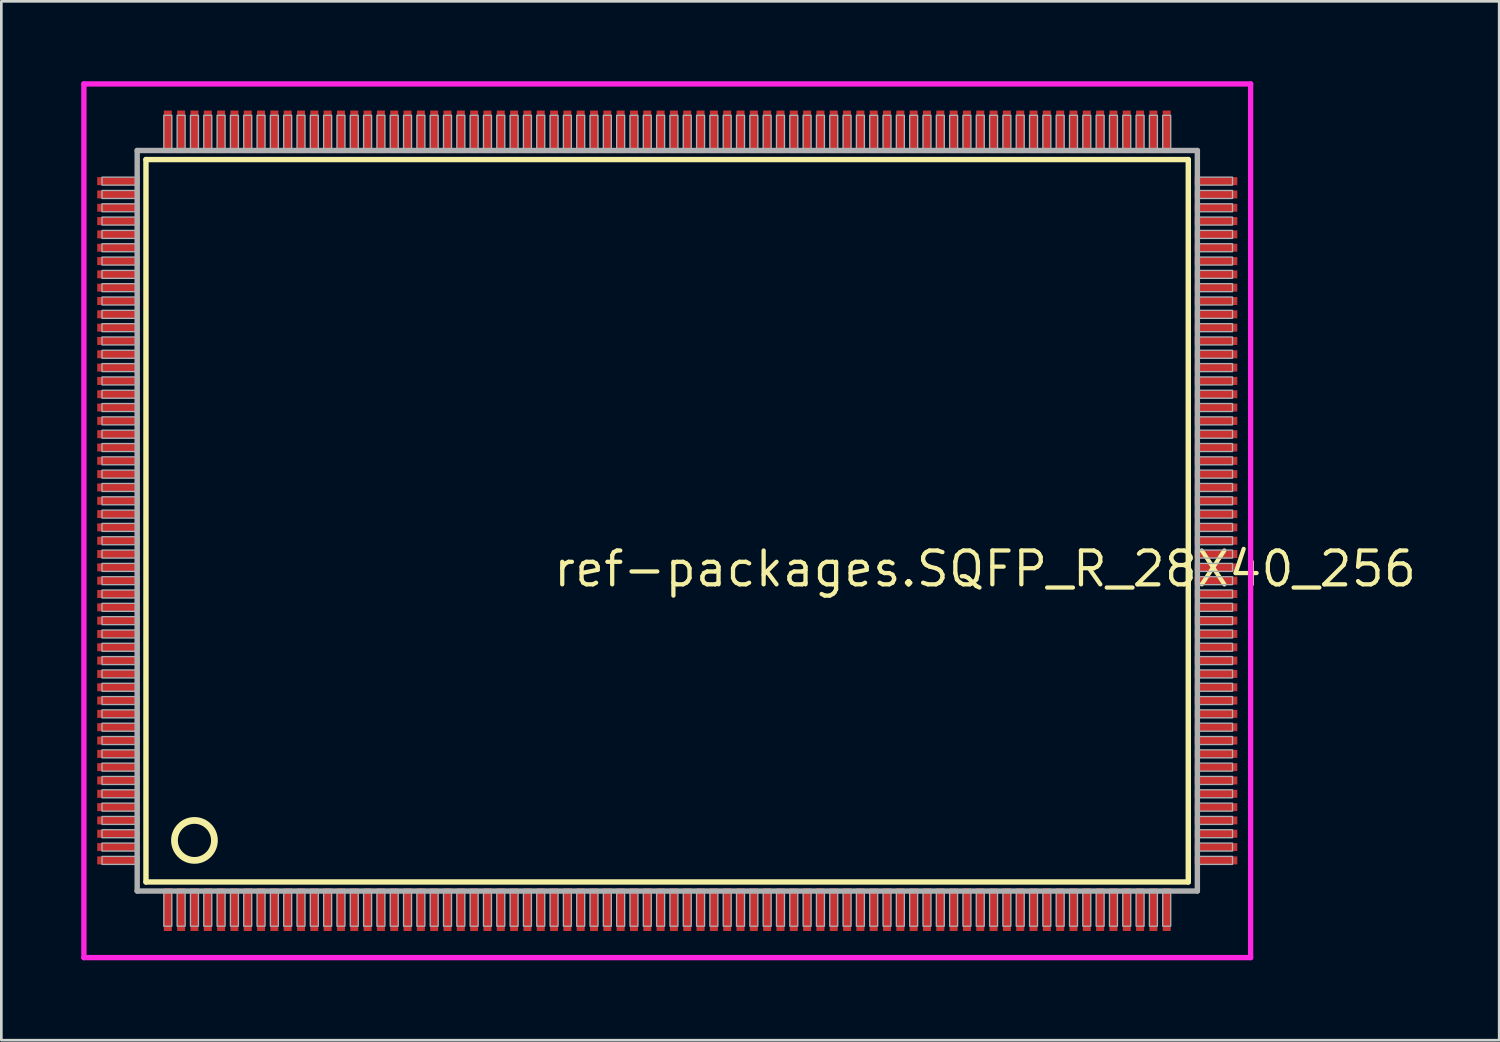
<source format=kicad_pcb>
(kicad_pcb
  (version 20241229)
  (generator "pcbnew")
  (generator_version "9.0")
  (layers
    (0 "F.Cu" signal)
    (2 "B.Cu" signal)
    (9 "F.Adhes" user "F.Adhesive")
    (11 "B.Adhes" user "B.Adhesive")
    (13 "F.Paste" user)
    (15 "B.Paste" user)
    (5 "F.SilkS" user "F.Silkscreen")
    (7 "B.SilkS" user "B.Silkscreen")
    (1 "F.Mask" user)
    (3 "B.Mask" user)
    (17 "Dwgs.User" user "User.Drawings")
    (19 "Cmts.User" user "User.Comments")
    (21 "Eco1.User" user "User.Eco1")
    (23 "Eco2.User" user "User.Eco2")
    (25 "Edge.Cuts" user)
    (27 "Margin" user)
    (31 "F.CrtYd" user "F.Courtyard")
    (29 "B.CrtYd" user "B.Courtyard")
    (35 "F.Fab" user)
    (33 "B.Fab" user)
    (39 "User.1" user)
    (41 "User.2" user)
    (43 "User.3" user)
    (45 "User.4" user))
  (footprint "ref-packages.SQFP_R_28X40_256"
    (layer "F.Cu")
    (at 22 16.5)
    (property "Reference" "ref-packages.SQFP_R_28X40_256" (at -4.35 2.55 0) (layer "F.SilkS") (effects (font (size 1.27 1.27) (thickness 0.16)) (justify left bottom)))
    (attr smd)
    (fp_line (start -19.57 -13.56) (end 19.56 -13.56) (stroke (width 0.203) (type default)) (layer "F.SilkS"))
    (fp_line (start -19.57 13.56) (end -19.57 -13.56) (stroke (width 0.203) (type default)) (layer "F.SilkS"))
    (fp_line (start 19.56 -13.56) (end 19.56 13.56) (stroke (width 0.203) (type default)) (layer "F.SilkS"))
    (fp_line (start 19.56 13.56) (end -19.57 13.56) (stroke (width 0.203) (type default)) (layer "F.SilkS"))
    (fp_circle (center -17.75 12) (end -17 12) (stroke (width 0.254) (type default)) (fill no) (layer "F.SilkS"))
    (fp_line (start -21.9 -16.4) (end 21.9 -16.4) (stroke (width 0.2) (type default)) (layer "F.CrtYd"))
    (fp_line (start -21.9 16.4) (end -21.9 -16.4) (stroke (width 0.2) (type default)) (layer "F.CrtYd"))
    (fp_line (start 21.9 -16.4) (end 21.9 16.4) (stroke (width 0.2) (type default)) (layer "F.CrtYd"))
    (fp_line (start 21.9 16.4) (end -21.9 16.4) (stroke (width 0.2) (type default)) (layer "F.CrtYd"))
    (fp_line (start -19.9 -13.9) (end -19.9 13.9) (stroke (width 0.203) (type default)) (layer "F.Fab"))
    (fp_line (start -19.9 13.9) (end 19.9 13.9) (stroke (width 0.203) (type default)) (layer "F.Fab"))
    (fp_line (start 19.9 -13.9) (end -19.9 -13.9) (stroke (width 0.203) (type default)) (layer "F.Fab"))
    (fp_line (start 19.9 13.9) (end 19.9 -13.9) (stroke (width 0.203) (type default)) (layer "F.Fab"))
    (fp_rect (start -21.22 -12.6) (end -19.95 -12.9) (stroke (width 0.05) (type default)) (fill no) (layer "F.Fab"))
    (fp_rect (start -21.22 -12.1) (end -19.95 -12.4) (stroke (width 0.05) (type default)) (fill no) (layer "F.Fab"))
    (fp_rect (start -21.22 -11.6) (end -19.95 -11.9) (stroke (width 0.05) (type default)) (fill no) (layer "F.Fab"))
    (fp_rect (start -21.22 -11.1) (end -19.95 -11.4) (stroke (width 0.05) (type default)) (fill no) (layer "F.Fab"))
    (fp_rect (start -21.22 -10.6) (end -19.95 -10.9) (stroke (width 0.05) (type default)) (fill no) (layer "F.Fab"))
    (fp_rect (start -21.22 -10.1) (end -19.95 -10.4) (stroke (width 0.05) (type default)) (fill no) (layer "F.Fab"))
    (fp_rect (start -21.22 -9.6) (end -19.95 -9.9) (stroke (width 0.05) (type default)) (fill no) (layer "F.Fab"))
    (fp_rect (start -21.22 -9.1) (end -19.95 -9.4) (stroke (width 0.05) (type default)) (fill no) (layer "F.Fab"))
    (fp_rect (start -21.22 -8.6) (end -19.95 -8.9) (stroke (width 0.05) (type default)) (fill no) (layer "F.Fab"))
    (fp_rect (start -21.22 -8.1) (end -19.95 -8.4) (stroke (width 0.05) (type default)) (fill no) (layer "F.Fab"))
    (fp_rect (start -21.22 -7.6) (end -19.95 -7.9) (stroke (width 0.05) (type default)) (fill no) (layer "F.Fab"))
    (fp_rect (start -21.22 -7.1) (end -19.95 -7.4) (stroke (width 0.05) (type default)) (fill no) (layer "F.Fab"))
    (fp_rect (start -21.22 -6.6) (end -19.95 -6.9) (stroke (width 0.05) (type default)) (fill no) (layer "F.Fab"))
    (fp_rect (start -21.22 -6.1) (end -19.95 -6.4) (stroke (width 0.05) (type default)) (fill no) (layer "F.Fab"))
    (fp_rect (start -21.22 -5.6) (end -19.95 -5.9) (stroke (width 0.05) (type default)) (fill no) (layer "F.Fab"))
    (fp_rect (start -21.22 -5.1) (end -19.95 -5.4) (stroke (width 0.05) (type default)) (fill no) (layer "F.Fab"))
    (fp_rect (start -21.22 -4.6) (end -19.95 -4.9) (stroke (width 0.05) (type default)) (fill no) (layer "F.Fab"))
    (fp_rect (start -21.22 -4.1) (end -19.95 -4.4) (stroke (width 0.05) (type default)) (fill no) (layer "F.Fab"))
    (fp_rect (start -21.22 -3.6) (end -19.95 -3.9) (stroke (width 0.05) (type default)) (fill no) (layer "F.Fab"))
    (fp_rect (start -21.22 -3.1) (end -19.95 -3.4) (stroke (width 0.05) (type default)) (fill no) (layer "F.Fab"))
    (fp_rect (start -21.22 -2.6) (end -19.95 -2.9) (stroke (width 0.05) (type default)) (fill no) (layer "F.Fab"))
    (fp_rect (start -21.22 -2.1) (end -19.95 -2.4) (stroke (width 0.05) (type default)) (fill no) (layer "F.Fab"))
    (fp_rect (start -21.22 -1.6) (end -19.95 -1.9) (stroke (width 0.05) (type default)) (fill no) (layer "F.Fab"))
    (fp_rect (start -21.22 -1.1) (end -19.95 -1.4) (stroke (width 0.05) (type default)) (fill no) (layer "F.Fab"))
    (fp_rect (start -21.22 -0.6) (end -19.95 -0.9) (stroke (width 0.05) (type default)) (fill no) (layer "F.Fab"))
    (fp_rect (start -21.22 -0.1) (end -19.95 -0.4) (stroke (width 0.05) (type default)) (fill no) (layer "F.Fab"))
    (fp_rect (start -21.22 0.4) (end -19.95 0.1) (stroke (width 0.05) (type default)) (fill no) (layer "F.Fab"))
    (fp_rect (start -21.22 0.9) (end -19.95 0.6) (stroke (width 0.05) (type default)) (fill no) (layer "F.Fab"))
    (fp_rect (start -21.22 1.4) (end -19.95 1.1) (stroke (width 0.05) (type default)) (fill no) (layer "F.Fab"))
    (fp_rect (start -21.22 1.9) (end -19.95 1.6) (stroke (width 0.05) (type default)) (fill no) (layer "F.Fab"))
    (fp_rect (start -21.22 2.4) (end -19.95 2.1) (stroke (width 0.05) (type default)) (fill no) (layer "F.Fab"))
    (fp_rect (start -21.22 2.9) (end -19.95 2.6) (stroke (width 0.05) (type default)) (fill no) (layer "F.Fab"))
    (fp_rect (start -21.22 3.4) (end -19.95 3.1) (stroke (width 0.05) (type default)) (fill no) (layer "F.Fab"))
    (fp_rect (start -21.22 3.9) (end -19.95 3.6) (stroke (width 0.05) (type default)) (fill no) (layer "F.Fab"))
    (fp_rect (start -21.22 4.4) (end -19.95 4.1) (stroke (width 0.05) (type default)) (fill no) (layer "F.Fab"))
    (fp_rect (start -21.22 4.9) (end -19.95 4.6) (stroke (width 0.05) (type default)) (fill no) (layer "F.Fab"))
    (fp_rect (start -21.22 5.4) (end -19.95 5.1) (stroke (width 0.05) (type default)) (fill no) (layer "F.Fab"))
    (fp_rect (start -21.22 5.9) (end -19.95 5.6) (stroke (width 0.05) (type default)) (fill no) (layer "F.Fab"))
    (fp_rect (start -21.22 6.4) (end -19.95 6.1) (stroke (width 0.05) (type default)) (fill no) (layer "F.Fab"))
    (fp_rect (start -21.22 6.9) (end -19.95 6.6) (stroke (width 0.05) (type default)) (fill no) (layer "F.Fab"))
    (fp_rect (start -21.22 7.4) (end -19.95 7.1) (stroke (width 0.05) (type default)) (fill no) (layer "F.Fab"))
    (fp_rect (start -21.22 7.9) (end -19.95 7.6) (stroke (width 0.05) (type default)) (fill no) (layer "F.Fab"))
    (fp_rect (start -21.22 8.4) (end -19.95 8.1) (stroke (width 0.05) (type default)) (fill no) (layer "F.Fab"))
    (fp_rect (start -21.22 8.9) (end -19.95 8.6) (stroke (width 0.05) (type default)) (fill no) (layer "F.Fab"))
    (fp_rect (start -21.22 9.4) (end -19.95 9.1) (stroke (width 0.05) (type default)) (fill no) (layer "F.Fab"))
    (fp_rect (start -21.22 9.9) (end -19.95 9.6) (stroke (width 0.05) (type default)) (fill no) (layer "F.Fab"))
    (fp_rect (start -21.22 10.4) (end -19.95 10.1) (stroke (width 0.05) (type default)) (fill no) (layer "F.Fab"))
    (fp_rect (start -21.22 10.9) (end -19.95 10.6) (stroke (width 0.05) (type default)) (fill no) (layer "F.Fab"))
    (fp_rect (start -21.22 11.4) (end -19.95 11.1) (stroke (width 0.05) (type default)) (fill no) (layer "F.Fab"))
    (fp_rect (start -21.22 11.9) (end -19.95 11.6) (stroke (width 0.05) (type default)) (fill no) (layer "F.Fab"))
    (fp_rect (start -21.22 12.4) (end -19.95 12.1) (stroke (width 0.05) (type default)) (fill no) (layer "F.Fab"))
    (fp_rect (start -21.22 12.9) (end -19.95 12.6) (stroke (width 0.05) (type default)) (fill no) (layer "F.Fab"))
    (fp_rect (start -18.9 -13.95) (end -18.6 -15.22) (stroke (width 0.05) (type default)) (fill no) (layer "F.Fab"))
    (fp_rect (start -18.9 15.22) (end -18.6 13.95) (stroke (width 0.05) (type default)) (fill no) (layer "F.Fab"))
    (fp_rect (start -18.4 -13.95) (end -18.1 -15.22) (stroke (width 0.05) (type default)) (fill no) (layer "F.Fab"))
    (fp_rect (start -18.4 15.22) (end -18.1 13.95) (stroke (width 0.05) (type default)) (fill no) (layer "F.Fab"))
    (fp_rect (start -17.9 -13.95) (end -17.6 -15.22) (stroke (width 0.05) (type default)) (fill no) (layer "F.Fab"))
    (fp_rect (start -17.9 15.22) (end -17.6 13.95) (stroke (width 0.05) (type default)) (fill no) (layer "F.Fab"))
    (fp_rect (start -17.4 -13.95) (end -17.1 -15.22) (stroke (width 0.05) (type default)) (fill no) (layer "F.Fab"))
    (fp_rect (start -17.4 15.22) (end -17.1 13.95) (stroke (width 0.05) (type default)) (fill no) (layer "F.Fab"))
    (fp_rect (start -16.9 -13.95) (end -16.6 -15.22) (stroke (width 0.05) (type default)) (fill no) (layer "F.Fab"))
    (fp_rect (start -16.9 15.22) (end -16.6 13.95) (stroke (width 0.05) (type default)) (fill no) (layer "F.Fab"))
    (fp_rect (start -16.4 -13.95) (end -16.1 -15.22) (stroke (width 0.05) (type default)) (fill no) (layer "F.Fab"))
    (fp_rect (start -16.4 15.22) (end -16.1 13.95) (stroke (width 0.05) (type default)) (fill no) (layer "F.Fab"))
    (fp_rect (start -15.9 -13.95) (end -15.6 -15.22) (stroke (width 0.05) (type default)) (fill no) (layer "F.Fab"))
    (fp_rect (start -15.9 15.22) (end -15.6 13.95) (stroke (width 0.05) (type default)) (fill no) (layer "F.Fab"))
    (fp_rect (start -15.4 -13.95) (end -15.1 -15.22) (stroke (width 0.05) (type default)) (fill no) (layer "F.Fab"))
    (fp_rect (start -15.4 15.22) (end -15.1 13.95) (stroke (width 0.05) (type default)) (fill no) (layer "F.Fab"))
    (fp_rect (start -14.9 -13.95) (end -14.6 -15.22) (stroke (width 0.05) (type default)) (fill no) (layer "F.Fab"))
    (fp_rect (start -14.9 15.22) (end -14.6 13.95) (stroke (width 0.05) (type default)) (fill no) (layer "F.Fab"))
    (fp_rect (start -14.4 -13.95) (end -14.1 -15.22) (stroke (width 0.05) (type default)) (fill no) (layer "F.Fab"))
    (fp_rect (start -14.4 15.22) (end -14.1 13.95) (stroke (width 0.05) (type default)) (fill no) (layer "F.Fab"))
    (fp_rect (start -13.9 -13.95) (end -13.6 -15.22) (stroke (width 0.05) (type default)) (fill no) (layer "F.Fab"))
    (fp_rect (start -13.9 15.22) (end -13.6 13.95) (stroke (width 0.05) (type default)) (fill no) (layer "F.Fab"))
    (fp_rect (start -13.4 -13.95) (end -13.1 -15.22) (stroke (width 0.05) (type default)) (fill no) (layer "F.Fab"))
    (fp_rect (start -13.4 15.22) (end -13.1 13.95) (stroke (width 0.05) (type default)) (fill no) (layer "F.Fab"))
    (fp_rect (start -12.9 -13.95) (end -12.6 -15.22) (stroke (width 0.05) (type default)) (fill no) (layer "F.Fab"))
    (fp_rect (start -12.9 15.22) (end -12.6 13.95) (stroke (width 0.05) (type default)) (fill no) (layer "F.Fab"))
    (fp_rect (start -12.4 -13.95) (end -12.1 -15.22) (stroke (width 0.05) (type default)) (fill no) (layer "F.Fab"))
    (fp_rect (start -12.4 15.22) (end -12.1 13.95) (stroke (width 0.05) (type default)) (fill no) (layer "F.Fab"))
    (fp_rect (start -11.9 -13.95) (end -11.6 -15.22) (stroke (width 0.05) (type default)) (fill no) (layer "F.Fab"))
    (fp_rect (start -11.9 15.22) (end -11.6 13.95) (stroke (width 0.05) (type default)) (fill no) (layer "F.Fab"))
    (fp_rect (start -11.4 -13.95) (end -11.1 -15.22) (stroke (width 0.05) (type default)) (fill no) (layer "F.Fab"))
    (fp_rect (start -11.4 15.22) (end -11.1 13.95) (stroke (width 0.05) (type default)) (fill no) (layer "F.Fab"))
    (fp_rect (start -10.9 -13.95) (end -10.6 -15.22) (stroke (width 0.05) (type default)) (fill no) (layer "F.Fab"))
    (fp_rect (start -10.9 15.22) (end -10.6 13.95) (stroke (width 0.05) (type default)) (fill no) (layer "F.Fab"))
    (fp_rect (start -10.4 -13.95) (end -10.1 -15.22) (stroke (width 0.05) (type default)) (fill no) (layer "F.Fab"))
    (fp_rect (start -10.4 15.22) (end -10.1 13.95) (stroke (width 0.05) (type default)) (fill no) (layer "F.Fab"))
    (fp_rect (start -9.9 -13.95) (end -9.6 -15.22) (stroke (width 0.05) (type default)) (fill no) (layer "F.Fab"))
    (fp_rect (start -9.9 15.22) (end -9.6 13.95) (stroke (width 0.05) (type default)) (fill no) (layer "F.Fab"))
    (fp_rect (start -9.4 -13.95) (end -9.1 -15.22) (stroke (width 0.05) (type default)) (fill no) (layer "F.Fab"))
    (fp_rect (start -9.4 15.22) (end -9.1 13.95) (stroke (width 0.05) (type default)) (fill no) (layer "F.Fab"))
    (fp_rect (start -8.9 -13.95) (end -8.6 -15.22) (stroke (width 0.05) (type default)) (fill no) (layer "F.Fab"))
    (fp_rect (start -8.9 15.22) (end -8.6 13.95) (stroke (width 0.05) (type default)) (fill no) (layer "F.Fab"))
    (fp_rect (start -8.4 -13.95) (end -8.1 -15.22) (stroke (width 0.05) (type default)) (fill no) (layer "F.Fab"))
    (fp_rect (start -8.4 15.22) (end -8.1 13.95) (stroke (width 0.05) (type default)) (fill no) (layer "F.Fab"))
    (fp_rect (start -7.9 -13.95) (end -7.6 -15.22) (stroke (width 0.05) (type default)) (fill no) (layer "F.Fab"))
    (fp_rect (start -7.9 15.22) (end -7.6 13.95) (stroke (width 0.05) (type default)) (fill no) (layer "F.Fab"))
    (fp_rect (start -7.4 -13.95) (end -7.1 -15.22) (stroke (width 0.05) (type default)) (fill no) (layer "F.Fab"))
    (fp_rect (start -7.4 15.22) (end -7.1 13.95) (stroke (width 0.05) (type default)) (fill no) (layer "F.Fab"))
    (fp_rect (start -6.9 -13.95) (end -6.6 -15.22) (stroke (width 0.05) (type default)) (fill no) (layer "F.Fab"))
    (fp_rect (start -6.9 15.22) (end -6.6 13.95) (stroke (width 0.05) (type default)) (fill no) (layer "F.Fab"))
    (fp_rect (start -6.4 -13.95) (end -6.1 -15.22) (stroke (width 0.05) (type default)) (fill no) (layer "F.Fab"))
    (fp_rect (start -6.4 15.22) (end -6.1 13.95) (stroke (width 0.05) (type default)) (fill no) (layer "F.Fab"))
    (fp_rect (start -5.9 -13.95) (end -5.6 -15.22) (stroke (width 0.05) (type default)) (fill no) (layer "F.Fab"))
    (fp_rect (start -5.9 15.22) (end -5.6 13.95) (stroke (width 0.05) (type default)) (fill no) (layer "F.Fab"))
    (fp_rect (start -5.4 -13.95) (end -5.1 -15.22) (stroke (width 0.05) (type default)) (fill no) (layer "F.Fab"))
    (fp_rect (start -5.4 15.22) (end -5.1 13.95) (stroke (width 0.05) (type default)) (fill no) (layer "F.Fab"))
    (fp_rect (start -4.9 -13.95) (end -4.6 -15.22) (stroke (width 0.05) (type default)) (fill no) (layer "F.Fab"))
    (fp_rect (start -4.9 15.22) (end -4.6 13.95) (stroke (width 0.05) (type default)) (fill no) (layer "F.Fab"))
    (fp_rect (start -4.4 -13.95) (end -4.1 -15.22) (stroke (width 0.05) (type default)) (fill no) (layer "F.Fab"))
    (fp_rect (start -4.4 15.22) (end -4.1 13.95) (stroke (width 0.05) (type default)) (fill no) (layer "F.Fab"))
    (fp_rect (start -3.9 -13.95) (end -3.6 -15.22) (stroke (width 0.05) (type default)) (fill no) (layer "F.Fab"))
    (fp_rect (start -3.9 15.22) (end -3.6 13.95) (stroke (width 0.05) (type default)) (fill no) (layer "F.Fab"))
    (fp_rect (start -3.4 -13.95) (end -3.1 -15.22) (stroke (width 0.05) (type default)) (fill no) (layer "F.Fab"))
    (fp_rect (start -3.4 15.22) (end -3.1 13.95) (stroke (width 0.05) (type default)) (fill no) (layer "F.Fab"))
    (fp_rect (start -2.9 -13.95) (end -2.6 -15.22) (stroke (width 0.05) (type default)) (fill no) (layer "F.Fab"))
    (fp_rect (start -2.9 15.22) (end -2.6 13.95) (stroke (width 0.05) (type default)) (fill no) (layer "F.Fab"))
    (fp_rect (start -2.4 -13.95) (end -2.1 -15.22) (stroke (width 0.05) (type default)) (fill no) (layer "F.Fab"))
    (fp_rect (start -2.4 15.22) (end -2.1 13.95) (stroke (width 0.05) (type default)) (fill no) (layer "F.Fab"))
    (fp_rect (start -1.9 -13.95) (end -1.6 -15.22) (stroke (width 0.05) (type default)) (fill no) (layer "F.Fab"))
    (fp_rect (start -1.9 15.22) (end -1.6 13.95) (stroke (width 0.05) (type default)) (fill no) (layer "F.Fab"))
    (fp_rect (start -1.4 -13.95) (end -1.1 -15.22) (stroke (width 0.05) (type default)) (fill no) (layer "F.Fab"))
    (fp_rect (start -1.4 15.22) (end -1.1 13.95) (stroke (width 0.05) (type default)) (fill no) (layer "F.Fab"))
    (fp_rect (start -0.9 -13.95) (end -0.6 -15.22) (stroke (width 0.05) (type default)) (fill no) (layer "F.Fab"))
    (fp_rect (start -0.9 15.22) (end -0.6 13.95) (stroke (width 0.05) (type default)) (fill no) (layer "F.Fab"))
    (fp_rect (start -0.4 -13.95) (end -0.1 -15.22) (stroke (width 0.05) (type default)) (fill no) (layer "F.Fab"))
    (fp_rect (start -0.4 15.22) (end -0.1 13.95) (stroke (width 0.05) (type default)) (fill no) (layer "F.Fab"))
    (fp_rect (start 0.1 -13.95) (end 0.4 -15.22) (stroke (width 0.05) (type default)) (fill no) (layer "F.Fab"))
    (fp_rect (start 0.1 15.22) (end 0.4 13.95) (stroke (width 0.05) (type default)) (fill no) (layer "F.Fab"))
    (fp_rect (start 0.6 -13.95) (end 0.9 -15.22) (stroke (width 0.05) (type default)) (fill no) (layer "F.Fab"))
    (fp_rect (start 0.6 15.22) (end 0.9 13.95) (stroke (width 0.05) (type default)) (fill no) (layer "F.Fab"))
    (fp_rect (start 1.1 -13.95) (end 1.4 -15.22) (stroke (width 0.05) (type default)) (fill no) (layer "F.Fab"))
    (fp_rect (start 1.1 15.22) (end 1.4 13.95) (stroke (width 0.05) (type default)) (fill no) (layer "F.Fab"))
    (fp_rect (start 1.6 -13.95) (end 1.9 -15.22) (stroke (width 0.05) (type default)) (fill no) (layer "F.Fab"))
    (fp_rect (start 1.6 15.22) (end 1.9 13.95) (stroke (width 0.05) (type default)) (fill no) (layer "F.Fab"))
    (fp_rect (start 2.1 -13.95) (end 2.4 -15.22) (stroke (width 0.05) (type default)) (fill no) (layer "F.Fab"))
    (fp_rect (start 2.1 15.22) (end 2.4 13.95) (stroke (width 0.05) (type default)) (fill no) (layer "F.Fab"))
    (fp_rect (start 2.6 -13.95) (end 2.9 -15.22) (stroke (width 0.05) (type default)) (fill no) (layer "F.Fab"))
    (fp_rect (start 2.6 15.22) (end 2.9 13.95) (stroke (width 0.05) (type default)) (fill no) (layer "F.Fab"))
    (fp_rect (start 3.1 -13.95) (end 3.4 -15.22) (stroke (width 0.05) (type default)) (fill no) (layer "F.Fab"))
    (fp_rect (start 3.1 15.22) (end 3.4 13.95) (stroke (width 0.05) (type default)) (fill no) (layer "F.Fab"))
    (fp_rect (start 3.6 -13.95) (end 3.9 -15.22) (stroke (width 0.05) (type default)) (fill no) (layer "F.Fab"))
    (fp_rect (start 3.6 15.22) (end 3.9 13.95) (stroke (width 0.05) (type default)) (fill no) (layer "F.Fab"))
    (fp_rect (start 4.1 -13.95) (end 4.4 -15.22) (stroke (width 0.05) (type default)) (fill no) (layer "F.Fab"))
    (fp_rect (start 4.1 15.22) (end 4.4 13.95) (stroke (width 0.05) (type default)) (fill no) (layer "F.Fab"))
    (fp_rect (start 4.6 -13.95) (end 4.9 -15.22) (stroke (width 0.05) (type default)) (fill no) (layer "F.Fab"))
    (fp_rect (start 4.6 15.22) (end 4.9 13.95) (stroke (width 0.05) (type default)) (fill no) (layer "F.Fab"))
    (fp_rect (start 5.1 -13.95) (end 5.4 -15.22) (stroke (width 0.05) (type default)) (fill no) (layer "F.Fab"))
    (fp_rect (start 5.1 15.22) (end 5.4 13.95) (stroke (width 0.05) (type default)) (fill no) (layer "F.Fab"))
    (fp_rect (start 5.6 -13.95) (end 5.9 -15.22) (stroke (width 0.05) (type default)) (fill no) (layer "F.Fab"))
    (fp_rect (start 5.6 15.22) (end 5.9 13.95) (stroke (width 0.05) (type default)) (fill no) (layer "F.Fab"))
    (fp_rect (start 6.1 -13.95) (end 6.4 -15.22) (stroke (width 0.05) (type default)) (fill no) (layer "F.Fab"))
    (fp_rect (start 6.1 15.22) (end 6.4 13.95) (stroke (width 0.05) (type default)) (fill no) (layer "F.Fab"))
    (fp_rect (start 6.6 -13.95) (end 6.9 -15.22) (stroke (width 0.05) (type default)) (fill no) (layer "F.Fab"))
    (fp_rect (start 6.6 15.22) (end 6.9 13.95) (stroke (width 0.05) (type default)) (fill no) (layer "F.Fab"))
    (fp_rect (start 7.1 -13.95) (end 7.4 -15.22) (stroke (width 0.05) (type default)) (fill no) (layer "F.Fab"))
    (fp_rect (start 7.1 15.22) (end 7.4 13.95) (stroke (width 0.05) (type default)) (fill no) (layer "F.Fab"))
    (fp_rect (start 7.6 -13.95) (end 7.9 -15.22) (stroke (width 0.05) (type default)) (fill no) (layer "F.Fab"))
    (fp_rect (start 7.6 15.22) (end 7.9 13.95) (stroke (width 0.05) (type default)) (fill no) (layer "F.Fab"))
    (fp_rect (start 8.1 -13.95) (end 8.4 -15.22) (stroke (width 0.05) (type default)) (fill no) (layer "F.Fab"))
    (fp_rect (start 8.1 15.22) (end 8.4 13.95) (stroke (width 0.05) (type default)) (fill no) (layer "F.Fab"))
    (fp_rect (start 8.6 -13.95) (end 8.9 -15.22) (stroke (width 0.05) (type default)) (fill no) (layer "F.Fab"))
    (fp_rect (start 8.6 15.22) (end 8.9 13.95) (stroke (width 0.05) (type default)) (fill no) (layer "F.Fab"))
    (fp_rect (start 9.1 -13.95) (end 9.4 -15.22) (stroke (width 0.05) (type default)) (fill no) (layer "F.Fab"))
    (fp_rect (start 9.1 15.22) (end 9.4 13.95) (stroke (width 0.05) (type default)) (fill no) (layer "F.Fab"))
    (fp_rect (start 9.6 -13.95) (end 9.9 -15.22) (stroke (width 0.05) (type default)) (fill no) (layer "F.Fab"))
    (fp_rect (start 9.6 15.22) (end 9.9 13.95) (stroke (width 0.05) (type default)) (fill no) (layer "F.Fab"))
    (fp_rect (start 10.1 -13.95) (end 10.4 -15.22) (stroke (width 0.05) (type default)) (fill no) (layer "F.Fab"))
    (fp_rect (start 10.1 15.22) (end 10.4 13.95) (stroke (width 0.05) (type default)) (fill no) (layer "F.Fab"))
    (fp_rect (start 10.6 -13.95) (end 10.9 -15.22) (stroke (width 0.05) (type default)) (fill no) (layer "F.Fab"))
    (fp_rect (start 10.6 15.22) (end 10.9 13.95) (stroke (width 0.05) (type default)) (fill no) (layer "F.Fab"))
    (fp_rect (start 11.1 -13.95) (end 11.4 -15.22) (stroke (width 0.05) (type default)) (fill no) (layer "F.Fab"))
    (fp_rect (start 11.1 15.22) (end 11.4 13.95) (stroke (width 0.05) (type default)) (fill no) (layer "F.Fab"))
    (fp_rect (start 11.6 -13.95) (end 11.9 -15.22) (stroke (width 0.05) (type default)) (fill no) (layer "F.Fab"))
    (fp_rect (start 11.6 15.22) (end 11.9 13.95) (stroke (width 0.05) (type default)) (fill no) (layer "F.Fab"))
    (fp_rect (start 12.1 -13.95) (end 12.4 -15.22) (stroke (width 0.05) (type default)) (fill no) (layer "F.Fab"))
    (fp_rect (start 12.1 15.22) (end 12.4 13.95) (stroke (width 0.05) (type default)) (fill no) (layer "F.Fab"))
    (fp_rect (start 12.6 -13.95) (end 12.9 -15.22) (stroke (width 0.05) (type default)) (fill no) (layer "F.Fab"))
    (fp_rect (start 12.6 15.22) (end 12.9 13.95) (stroke (width 0.05) (type default)) (fill no) (layer "F.Fab"))
    (fp_rect (start 13.1 -13.95) (end 13.4 -15.22) (stroke (width 0.05) (type default)) (fill no) (layer "F.Fab"))
    (fp_rect (start 13.1 15.22) (end 13.4 13.95) (stroke (width 0.05) (type default)) (fill no) (layer "F.Fab"))
    (fp_rect (start 13.6 -13.95) (end 13.9 -15.22) (stroke (width 0.05) (type default)) (fill no) (layer "F.Fab"))
    (fp_rect (start 13.6 15.22) (end 13.9 13.95) (stroke (width 0.05) (type default)) (fill no) (layer "F.Fab"))
    (fp_rect (start 14.1 -13.95) (end 14.4 -15.22) (stroke (width 0.05) (type default)) (fill no) (layer "F.Fab"))
    (fp_rect (start 14.1 15.22) (end 14.4 13.95) (stroke (width 0.05) (type default)) (fill no) (layer "F.Fab"))
    (fp_rect (start 14.6 -13.95) (end 14.9 -15.22) (stroke (width 0.05) (type default)) (fill no) (layer "F.Fab"))
    (fp_rect (start 14.6 15.22) (end 14.9 13.95) (stroke (width 0.05) (type default)) (fill no) (layer "F.Fab"))
    (fp_rect (start 15.1 -13.95) (end 15.4 -15.22) (stroke (width 0.05) (type default)) (fill no) (layer "F.Fab"))
    (fp_rect (start 15.1 15.22) (end 15.4 13.95) (stroke (width 0.05) (type default)) (fill no) (layer "F.Fab"))
    (fp_rect (start 15.6 -13.95) (end 15.9 -15.22) (stroke (width 0.05) (type default)) (fill no) (layer "F.Fab"))
    (fp_rect (start 15.6 15.22) (end 15.9 13.95) (stroke (width 0.05) (type default)) (fill no) (layer "F.Fab"))
    (fp_rect (start 16.1 -13.95) (end 16.4 -15.22) (stroke (width 0.05) (type default)) (fill no) (layer "F.Fab"))
    (fp_rect (start 16.1 15.22) (end 16.4 13.95) (stroke (width 0.05) (type default)) (fill no) (layer "F.Fab"))
    (fp_rect (start 16.6 -13.95) (end 16.9 -15.22) (stroke (width 0.05) (type default)) (fill no) (layer "F.Fab"))
    (fp_rect (start 16.6 15.22) (end 16.9 13.95) (stroke (width 0.05) (type default)) (fill no) (layer "F.Fab"))
    (fp_rect (start 17.1 -13.95) (end 17.4 -15.22) (stroke (width 0.05) (type default)) (fill no) (layer "F.Fab"))
    (fp_rect (start 17.1 15.22) (end 17.4 13.95) (stroke (width 0.05) (type default)) (fill no) (layer "F.Fab"))
    (fp_rect (start 17.6 -13.95) (end 17.9 -15.22) (stroke (width 0.05) (type default)) (fill no) (layer "F.Fab"))
    (fp_rect (start 17.6 15.22) (end 17.9 13.95) (stroke (width 0.05) (type default)) (fill no) (layer "F.Fab"))
    (fp_rect (start 18.1 -13.95) (end 18.4 -15.22) (stroke (width 0.05) (type default)) (fill no) (layer "F.Fab"))
    (fp_rect (start 18.1 15.22) (end 18.4 13.95) (stroke (width 0.05) (type default)) (fill no) (layer "F.Fab"))
    (fp_rect (start 18.6 -13.95) (end 18.9 -15.22) (stroke (width 0.05) (type default)) (fill no) (layer "F.Fab"))
    (fp_rect (start 18.6 15.22) (end 18.9 13.95) (stroke (width 0.05) (type default)) (fill no) (layer "F.Fab"))
    (fp_rect (start 19.95 -12.6) (end 21.22 -12.9) (stroke (width 0.05) (type default)) (fill no) (layer "F.Fab"))
    (fp_rect (start 19.95 -12.1) (end 21.22 -12.4) (stroke (width 0.05) (type default)) (fill no) (layer "F.Fab"))
    (fp_rect (start 19.95 -11.6) (end 21.22 -11.9) (stroke (width 0.05) (type default)) (fill no) (layer "F.Fab"))
    (fp_rect (start 19.95 -11.1) (end 21.22 -11.4) (stroke (width 0.05) (type default)) (fill no) (layer "F.Fab"))
    (fp_rect (start 19.95 -10.6) (end 21.22 -10.9) (stroke (width 0.05) (type default)) (fill no) (layer "F.Fab"))
    (fp_rect (start 19.95 -10.1) (end 21.22 -10.4) (stroke (width 0.05) (type default)) (fill no) (layer "F.Fab"))
    (fp_rect (start 19.95 -9.6) (end 21.22 -9.9) (stroke (width 0.05) (type default)) (fill no) (layer "F.Fab"))
    (fp_rect (start 19.95 -9.1) (end 21.22 -9.4) (stroke (width 0.05) (type default)) (fill no) (layer "F.Fab"))
    (fp_rect (start 19.95 -8.6) (end 21.22 -8.9) (stroke (width 0.05) (type default)) (fill no) (layer "F.Fab"))
    (fp_rect (start 19.95 -8.1) (end 21.22 -8.4) (stroke (width 0.05) (type default)) (fill no) (layer "F.Fab"))
    (fp_rect (start 19.95 -7.6) (end 21.22 -7.9) (stroke (width 0.05) (type default)) (fill no) (layer "F.Fab"))
    (fp_rect (start 19.95 -7.1) (end 21.22 -7.4) (stroke (width 0.05) (type default)) (fill no) (layer "F.Fab"))
    (fp_rect (start 19.95 -6.6) (end 21.22 -6.9) (stroke (width 0.05) (type default)) (fill no) (layer "F.Fab"))
    (fp_rect (start 19.95 -6.1) (end 21.22 -6.4) (stroke (width 0.05) (type default)) (fill no) (layer "F.Fab"))
    (fp_rect (start 19.95 -5.6) (end 21.22 -5.9) (stroke (width 0.05) (type default)) (fill no) (layer "F.Fab"))
    (fp_rect (start 19.95 -5.1) (end 21.22 -5.4) (stroke (width 0.05) (type default)) (fill no) (layer "F.Fab"))
    (fp_rect (start 19.95 -4.6) (end 21.22 -4.9) (stroke (width 0.05) (type default)) (fill no) (layer "F.Fab"))
    (fp_rect (start 19.95 -4.1) (end 21.22 -4.4) (stroke (width 0.05) (type default)) (fill no) (layer "F.Fab"))
    (fp_rect (start 19.95 -3.6) (end 21.22 -3.9) (stroke (width 0.05) (type default)) (fill no) (layer "F.Fab"))
    (fp_rect (start 19.95 -3.1) (end 21.22 -3.4) (stroke (width 0.05) (type default)) (fill no) (layer "F.Fab"))
    (fp_rect (start 19.95 -2.6) (end 21.22 -2.9) (stroke (width 0.05) (type default)) (fill no) (layer "F.Fab"))
    (fp_rect (start 19.95 -2.1) (end 21.22 -2.4) (stroke (width 0.05) (type default)) (fill no) (layer "F.Fab"))
    (fp_rect (start 19.95 -1.6) (end 21.22 -1.9) (stroke (width 0.05) (type default)) (fill no) (layer "F.Fab"))
    (fp_rect (start 19.95 -1.1) (end 21.22 -1.4) (stroke (width 0.05) (type default)) (fill no) (layer "F.Fab"))
    (fp_rect (start 19.95 -0.6) (end 21.22 -0.9) (stroke (width 0.05) (type default)) (fill no) (layer "F.Fab"))
    (fp_rect (start 19.95 -0.1) (end 21.22 -0.4) (stroke (width 0.05) (type default)) (fill no) (layer "F.Fab"))
    (fp_rect (start 19.95 0.4) (end 21.22 0.1) (stroke (width 0.05) (type default)) (fill no) (layer "F.Fab"))
    (fp_rect (start 19.95 0.9) (end 21.22 0.6) (stroke (width 0.05) (type default)) (fill no) (layer "F.Fab"))
    (fp_rect (start 19.95 1.4) (end 21.22 1.1) (stroke (width 0.05) (type default)) (fill no) (layer "F.Fab"))
    (fp_rect (start 19.95 1.9) (end 21.22 1.6) (stroke (width 0.05) (type default)) (fill no) (layer "F.Fab"))
    (fp_rect (start 19.95 2.4) (end 21.22 2.1) (stroke (width 0.05) (type default)) (fill no) (layer "F.Fab"))
    (fp_rect (start 19.95 2.9) (end 21.22 2.6) (stroke (width 0.05) (type default)) (fill no) (layer "F.Fab"))
    (fp_rect (start 19.95 3.4) (end 21.22 3.1) (stroke (width 0.05) (type default)) (fill no) (layer "F.Fab"))
    (fp_rect (start 19.95 3.9) (end 21.22 3.6) (stroke (width 0.05) (type default)) (fill no) (layer "F.Fab"))
    (fp_rect (start 19.95 4.4) (end 21.22 4.1) (stroke (width 0.05) (type default)) (fill no) (layer "F.Fab"))
    (fp_rect (start 19.95 4.9) (end 21.22 4.6) (stroke (width 0.05) (type default)) (fill no) (layer "F.Fab"))
    (fp_rect (start 19.95 5.4) (end 21.22 5.1) (stroke (width 0.05) (type default)) (fill no) (layer "F.Fab"))
    (fp_rect (start 19.95 5.9) (end 21.22 5.6) (stroke (width 0.05) (type default)) (fill no) (layer "F.Fab"))
    (fp_rect (start 19.95 6.4) (end 21.22 6.1) (stroke (width 0.05) (type default)) (fill no) (layer "F.Fab"))
    (fp_rect (start 19.95 6.9) (end 21.22 6.6) (stroke (width 0.05) (type default)) (fill no) (layer "F.Fab"))
    (fp_rect (start 19.95 7.4) (end 21.22 7.1) (stroke (width 0.05) (type default)) (fill no) (layer "F.Fab"))
    (fp_rect (start 19.95 7.9) (end 21.22 7.6) (stroke (width 0.05) (type default)) (fill no) (layer "F.Fab"))
    (fp_rect (start 19.95 8.4) (end 21.22 8.1) (stroke (width 0.05) (type default)) (fill no) (layer "F.Fab"))
    (fp_rect (start 19.95 8.9) (end 21.22 8.6) (stroke (width 0.05) (type default)) (fill no) (layer "F.Fab"))
    (fp_rect (start 19.95 9.4) (end 21.22 9.1) (stroke (width 0.05) (type default)) (fill no) (layer "F.Fab"))
    (fp_rect (start 19.95 9.9) (end 21.22 9.6) (stroke (width 0.05) (type default)) (fill no) (layer "F.Fab"))
    (fp_rect (start 19.95 10.4) (end 21.22 10.1) (stroke (width 0.05) (type default)) (fill no) (layer "F.Fab"))
    (fp_rect (start 19.95 10.9) (end 21.22 10.6) (stroke (width 0.05) (type default)) (fill no) (layer "F.Fab"))
    (fp_rect (start 19.95 11.4) (end 21.22 11.1) (stroke (width 0.05) (type default)) (fill no) (layer "F.Fab"))
    (fp_rect (start 19.95 11.9) (end 21.22 11.6) (stroke (width 0.05) (type default)) (fill no) (layer "F.Fab"))
    (fp_rect (start 19.95 12.4) (end 21.22 12.1) (stroke (width 0.05) (type default)) (fill no) (layer "F.Fab"))
    (fp_rect (start 19.95 12.9) (end 21.22 12.6) (stroke (width 0.05) (type default)) (fill no) (layer "F.Fab"))
    (pad "1" smd roundrect (at -18.75 14.6) (size 0.3 1.6) (layers "F.Cu" "F.Mask" "F.Paste") (roundrect_rratio 0.01))
    (pad "2" smd roundrect (at -18.25 14.6) (size 0.3 1.6) (layers "F.Cu" "F.Mask" "F.Paste") (roundrect_rratio 0.01))
    (pad "3" smd roundrect (at -17.75 14.6) (size 0.3 1.6) (layers "F.Cu" "F.Mask" "F.Paste") (roundrect_rratio 0.01))
    (pad "4" smd roundrect (at -17.25 14.6) (size 0.3 1.6) (layers "F.Cu" "F.Mask" "F.Paste") (roundrect_rratio 0.01))
    (pad "5" smd roundrect (at -16.75 14.6) (size 0.3 1.6) (layers "F.Cu" "F.Mask" "F.Paste") (roundrect_rratio 0.01))
    (pad "6" smd roundrect (at -16.25 14.6) (size 0.3 1.6) (layers "F.Cu" "F.Mask" "F.Paste") (roundrect_rratio 0.01))
    (pad "7" smd roundrect (at -15.75 14.6) (size 0.3 1.6) (layers "F.Cu" "F.Mask" "F.Paste") (roundrect_rratio 0.01))
    (pad "8" smd roundrect (at -15.25 14.6) (size 0.3 1.6) (layers "F.Cu" "F.Mask" "F.Paste") (roundrect_rratio 0.01))
    (pad "9" smd roundrect (at -14.75 14.6) (size 0.3 1.6) (layers "F.Cu" "F.Mask" "F.Paste") (roundrect_rratio 0.01))
    (pad "10" smd roundrect (at -14.25 14.6) (size 0.3 1.6) (layers "F.Cu" "F.Mask" "F.Paste") (roundrect_rratio 0.01))
    (pad "11" smd roundrect (at -13.75 14.6) (size 0.3 1.6) (layers "F.Cu" "F.Mask" "F.Paste") (roundrect_rratio 0.01))
    (pad "12" smd roundrect (at -13.25 14.6) (size 0.3 1.6) (layers "F.Cu" "F.Mask" "F.Paste") (roundrect_rratio 0.01))
    (pad "13" smd roundrect (at -12.75 14.6) (size 0.3 1.6) (layers "F.Cu" "F.Mask" "F.Paste") (roundrect_rratio 0.01))
    (pad "14" smd roundrect (at -12.25 14.6) (size 0.3 1.6) (layers "F.Cu" "F.Mask" "F.Paste") (roundrect_rratio 0.01))
    (pad "15" smd roundrect (at -11.75 14.6) (size 0.3 1.6) (layers "F.Cu" "F.Mask" "F.Paste") (roundrect_rratio 0.01))
    (pad "16" smd roundrect (at -11.25 14.6) (size 0.3 1.6) (layers "F.Cu" "F.Mask" "F.Paste") (roundrect_rratio 0.01))
    (pad "17" smd roundrect (at -10.75 14.6) (size 0.3 1.6) (layers "F.Cu" "F.Mask" "F.Paste") (roundrect_rratio 0.01))
    (pad "18" smd roundrect (at -10.25 14.6) (size 0.3 1.6) (layers "F.Cu" "F.Mask" "F.Paste") (roundrect_rratio 0.01))
    (pad "19" smd roundrect (at -9.75 14.6) (size 0.3 1.6) (layers "F.Cu" "F.Mask" "F.Paste") (roundrect_rratio 0.01))
    (pad "20" smd roundrect (at -9.25 14.6) (size 0.3 1.6) (layers "F.Cu" "F.Mask" "F.Paste") (roundrect_rratio 0.01))
    (pad "21" smd roundrect (at -8.75 14.6) (size 0.3 1.6) (layers "F.Cu" "F.Mask" "F.Paste") (roundrect_rratio 0.01))
    (pad "22" smd roundrect (at -8.25 14.6) (size 0.3 1.6) (layers "F.Cu" "F.Mask" "F.Paste") (roundrect_rratio 0.01))
    (pad "23" smd roundrect (at -7.75 14.6) (size 0.3 1.6) (layers "F.Cu" "F.Mask" "F.Paste") (roundrect_rratio 0.01))
    (pad "24" smd roundrect (at -7.25 14.6) (size 0.3 1.6) (layers "F.Cu" "F.Mask" "F.Paste") (roundrect_rratio 0.01))
    (pad "25" smd roundrect (at -6.75 14.6) (size 0.3 1.6) (layers "F.Cu" "F.Mask" "F.Paste") (roundrect_rratio 0.01))
    (pad "26" smd roundrect (at -6.25 14.6) (size 0.3 1.6) (layers "F.Cu" "F.Mask" "F.Paste") (roundrect_rratio 0.01))
    (pad "27" smd roundrect (at -5.75 14.6) (size 0.3 1.6) (layers "F.Cu" "F.Mask" "F.Paste") (roundrect_rratio 0.01))
    (pad "28" smd roundrect (at -5.25 14.6) (size 0.3 1.6) (layers "F.Cu" "F.Mask" "F.Paste") (roundrect_rratio 0.01))
    (pad "29" smd roundrect (at -4.75 14.6) (size 0.3 1.6) (layers "F.Cu" "F.Mask" "F.Paste") (roundrect_rratio 0.01))
    (pad "30" smd roundrect (at -4.25 14.6) (size 0.3 1.6) (layers "F.Cu" "F.Mask" "F.Paste") (roundrect_rratio 0.01))
    (pad "31" smd roundrect (at -3.75 14.6) (size 0.3 1.6) (layers "F.Cu" "F.Mask" "F.Paste") (roundrect_rratio 0.01))
    (pad "32" smd roundrect (at -3.25 14.6) (size 0.3 1.6) (layers "F.Cu" "F.Mask" "F.Paste") (roundrect_rratio 0.01))
    (pad "33" smd roundrect (at -2.75 14.6) (size 0.3 1.6) (layers "F.Cu" "F.Mask" "F.Paste") (roundrect_rratio 0.01))
    (pad "34" smd roundrect (at -2.25 14.6) (size 0.3 1.6) (layers "F.Cu" "F.Mask" "F.Paste") (roundrect_rratio 0.01))
    (pad "35" smd roundrect (at -1.75 14.6) (size 0.3 1.6) (layers "F.Cu" "F.Mask" "F.Paste") (roundrect_rratio 0.01))
    (pad "36" smd roundrect (at -1.25 14.6) (size 0.3 1.6) (layers "F.Cu" "F.Mask" "F.Paste") (roundrect_rratio 0.01))
    (pad "37" smd roundrect (at -0.75 14.6) (size 0.3 1.6) (layers "F.Cu" "F.Mask" "F.Paste") (roundrect_rratio 0.01))
    (pad "38" smd roundrect (at -0.25 14.6) (size 0.3 1.6) (layers "F.Cu" "F.Mask" "F.Paste") (roundrect_rratio 0.01))
    (pad "39" smd roundrect (at 0.25 14.6) (size 0.3 1.6) (layers "F.Cu" "F.Mask" "F.Paste") (roundrect_rratio 0.01))
    (pad "40" smd roundrect (at 0.75 14.6) (size 0.3 1.6) (layers "F.Cu" "F.Mask" "F.Paste") (roundrect_rratio 0.01))
    (pad "41" smd roundrect (at 1.25 14.6) (size 0.3 1.6) (layers "F.Cu" "F.Mask" "F.Paste") (roundrect_rratio 0.01))
    (pad "42" smd roundrect (at 1.75 14.6) (size 0.3 1.6) (layers "F.Cu" "F.Mask" "F.Paste") (roundrect_rratio 0.01))
    (pad "43" smd roundrect (at 2.25 14.6) (size 0.3 1.6) (layers "F.Cu" "F.Mask" "F.Paste") (roundrect_rratio 0.01))
    (pad "44" smd roundrect (at 2.75 14.6) (size 0.3 1.6) (layers "F.Cu" "F.Mask" "F.Paste") (roundrect_rratio 0.01))
    (pad "45" smd roundrect (at 3.25 14.6) (size 0.3 1.6) (layers "F.Cu" "F.Mask" "F.Paste") (roundrect_rratio 0.01))
    (pad "46" smd roundrect (at 3.75 14.6) (size 0.3 1.6) (layers "F.Cu" "F.Mask" "F.Paste") (roundrect_rratio 0.01))
    (pad "47" smd roundrect (at 4.25 14.6) (size 0.3 1.6) (layers "F.Cu" "F.Mask" "F.Paste") (roundrect_rratio 0.01))
    (pad "48" smd roundrect (at 4.75 14.6) (size 0.3 1.6) (layers "F.Cu" "F.Mask" "F.Paste") (roundrect_rratio 0.01))
    (pad "49" smd roundrect (at 5.25 14.6) (size 0.3 1.6) (layers "F.Cu" "F.Mask" "F.Paste") (roundrect_rratio 0.01))
    (pad "50" smd roundrect (at 5.75 14.6) (size 0.3 1.6) (layers "F.Cu" "F.Mask" "F.Paste") (roundrect_rratio 0.01))
    (pad "51" smd roundrect (at 6.25 14.6) (size 0.3 1.6) (layers "F.Cu" "F.Mask" "F.Paste") (roundrect_rratio 0.01))
    (pad "52" smd roundrect (at 6.75 14.6) (size 0.3 1.6) (layers "F.Cu" "F.Mask" "F.Paste") (roundrect_rratio 0.01))
    (pad "53" smd roundrect (at 7.25 14.6) (size 0.3 1.6) (layers "F.Cu" "F.Mask" "F.Paste") (roundrect_rratio 0.01))
    (pad "54" smd roundrect (at 7.75 14.6) (size 0.3 1.6) (layers "F.Cu" "F.Mask" "F.Paste") (roundrect_rratio 0.01))
    (pad "55" smd roundrect (at 8.25 14.6) (size 0.3 1.6) (layers "F.Cu" "F.Mask" "F.Paste") (roundrect_rratio 0.01))
    (pad "56" smd roundrect (at 8.75 14.6) (size 0.3 1.6) (layers "F.Cu" "F.Mask" "F.Paste") (roundrect_rratio 0.01))
    (pad "57" smd roundrect (at 9.25 14.6) (size 0.3 1.6) (layers "F.Cu" "F.Mask" "F.Paste") (roundrect_rratio 0.01))
    (pad "58" smd roundrect (at 9.75 14.6) (size 0.3 1.6) (layers "F.Cu" "F.Mask" "F.Paste") (roundrect_rratio 0.01))
    (pad "59" smd roundrect (at 10.25 14.6) (size 0.3 1.6) (layers "F.Cu" "F.Mask" "F.Paste") (roundrect_rratio 0.01))
    (pad "60" smd roundrect (at 10.75 14.6) (size 0.3 1.6) (layers "F.Cu" "F.Mask" "F.Paste") (roundrect_rratio 0.01))
    (pad "61" smd roundrect (at 11.25 14.6) (size 0.3 1.6) (layers "F.Cu" "F.Mask" "F.Paste") (roundrect_rratio 0.01))
    (pad "62" smd roundrect (at 11.75 14.6) (size 0.3 1.6) (layers "F.Cu" "F.Mask" "F.Paste") (roundrect_rratio 0.01))
    (pad "63" smd roundrect (at 12.25 14.6) (size 0.3 1.6) (layers "F.Cu" "F.Mask" "F.Paste") (roundrect_rratio 0.01))
    (pad "64" smd roundrect (at 12.75 14.6) (size 0.3 1.6) (layers "F.Cu" "F.Mask" "F.Paste") (roundrect_rratio 0.01))
    (pad "65" smd roundrect (at 13.25 14.6) (size 0.3 1.6) (layers "F.Cu" "F.Mask" "F.Paste") (roundrect_rratio 0.01))
    (pad "66" smd roundrect (at 13.75 14.6) (size 0.3 1.6) (layers "F.Cu" "F.Mask" "F.Paste") (roundrect_rratio 0.01))
    (pad "67" smd roundrect (at 14.25 14.6) (size 0.3 1.6) (layers "F.Cu" "F.Mask" "F.Paste") (roundrect_rratio 0.01))
    (pad "68" smd roundrect (at 14.75 14.6) (size 0.3 1.6) (layers "F.Cu" "F.Mask" "F.Paste") (roundrect_rratio 0.01))
    (pad "69" smd roundrect (at 15.25 14.6) (size 0.3 1.6) (layers "F.Cu" "F.Mask" "F.Paste") (roundrect_rratio 0.01))
    (pad "70" smd roundrect (at 15.75 14.6) (size 0.3 1.6) (layers "F.Cu" "F.Mask" "F.Paste") (roundrect_rratio 0.01))
    (pad "71" smd roundrect (at 16.25 14.6) (size 0.3 1.6) (layers "F.Cu" "F.Mask" "F.Paste") (roundrect_rratio 0.01))
    (pad "72" smd roundrect (at 16.75 14.6) (size 0.3 1.6) (layers "F.Cu" "F.Mask" "F.Paste") (roundrect_rratio 0.01))
    (pad "73" smd roundrect (at 17.25 14.6) (size 0.3 1.6) (layers "F.Cu" "F.Mask" "F.Paste") (roundrect_rratio 0.01))
    (pad "74" smd roundrect (at 17.75 14.6) (size 0.3 1.6) (layers "F.Cu" "F.Mask" "F.Paste") (roundrect_rratio 0.01))
    (pad "75" smd roundrect (at 18.25 14.6) (size 0.3 1.6) (layers "F.Cu" "F.Mask" "F.Paste") (roundrect_rratio 0.01))
    (pad "76" smd roundrect (at 18.75 14.6) (size 0.3 1.6) (layers "F.Cu" "F.Mask" "F.Paste") (roundrect_rratio 0.01))
    (pad "77" smd roundrect (at 20.6 12.75) (size 1.6 0.3) (layers "F.Cu" "F.Mask" "F.Paste") (roundrect_rratio 0.01))
    (pad "78" smd roundrect (at 20.6 12.25) (size 1.6 0.3) (layers "F.Cu" "F.Mask" "F.Paste") (roundrect_rratio 0.01))
    (pad "79" smd roundrect (at 20.6 11.75) (size 1.6 0.3) (layers "F.Cu" "F.Mask" "F.Paste") (roundrect_rratio 0.01))
    (pad "80" smd roundrect (at 20.6 11.25) (size 1.6 0.3) (layers "F.Cu" "F.Mask" "F.Paste") (roundrect_rratio 0.01))
    (pad "81" smd roundrect (at 20.6 10.75) (size 1.6 0.3) (layers "F.Cu" "F.Mask" "F.Paste") (roundrect_rratio 0.01))
    (pad "82" smd roundrect (at 20.6 10.25) (size 1.6 0.3) (layers "F.Cu" "F.Mask" "F.Paste") (roundrect_rratio 0.01))
    (pad "83" smd roundrect (at 20.6 9.75) (size 1.6 0.3) (layers "F.Cu" "F.Mask" "F.Paste") (roundrect_rratio 0.01))
    (pad "84" smd roundrect (at 20.6 9.25) (size 1.6 0.3) (layers "F.Cu" "F.Mask" "F.Paste") (roundrect_rratio 0.01))
    (pad "85" smd roundrect (at 20.6 8.75) (size 1.6 0.3) (layers "F.Cu" "F.Mask" "F.Paste") (roundrect_rratio 0.01))
    (pad "86" smd roundrect (at 20.6 8.25) (size 1.6 0.3) (layers "F.Cu" "F.Mask" "F.Paste") (roundrect_rratio 0.01))
    (pad "87" smd roundrect (at 20.6 7.75) (size 1.6 0.3) (layers "F.Cu" "F.Mask" "F.Paste") (roundrect_rratio 0.01))
    (pad "88" smd roundrect (at 20.6 7.25) (size 1.6 0.3) (layers "F.Cu" "F.Mask" "F.Paste") (roundrect_rratio 0.01))
    (pad "89" smd roundrect (at 20.6 6.75) (size 1.6 0.3) (layers "F.Cu" "F.Mask" "F.Paste") (roundrect_rratio 0.01))
    (pad "90" smd roundrect (at 20.6 6.25) (size 1.6 0.3) (layers "F.Cu" "F.Mask" "F.Paste") (roundrect_rratio 0.01))
    (pad "91" smd roundrect (at 20.6 5.75) (size 1.6 0.3) (layers "F.Cu" "F.Mask" "F.Paste") (roundrect_rratio 0.01))
    (pad "92" smd roundrect (at 20.6 5.25) (size 1.6 0.3) (layers "F.Cu" "F.Mask" "F.Paste") (roundrect_rratio 0.01))
    (pad "93" smd roundrect (at 20.6 4.75) (size 1.6 0.3) (layers "F.Cu" "F.Mask" "F.Paste") (roundrect_rratio 0.01))
    (pad "94" smd roundrect (at 20.6 4.25) (size 1.6 0.3) (layers "F.Cu" "F.Mask" "F.Paste") (roundrect_rratio 0.01))
    (pad "95" smd roundrect (at 20.6 3.75) (size 1.6 0.3) (layers "F.Cu" "F.Mask" "F.Paste") (roundrect_rratio 0.01))
    (pad "96" smd roundrect (at 20.6 3.25) (size 1.6 0.3) (layers "F.Cu" "F.Mask" "F.Paste") (roundrect_rratio 0.01))
    (pad "97" smd roundrect (at 20.6 2.75) (size 1.6 0.3) (layers "F.Cu" "F.Mask" "F.Paste") (roundrect_rratio 0.01))
    (pad "98" smd roundrect (at 20.6 2.25) (size 1.6 0.3) (layers "F.Cu" "F.Mask" "F.Paste") (roundrect_rratio 0.01))
    (pad "99" smd roundrect (at 20.6 1.75) (size 1.6 0.3) (layers "F.Cu" "F.Mask" "F.Paste") (roundrect_rratio 0.01))
    (pad "100" smd roundrect (at 20.6 1.25) (size 1.6 0.3) (layers "F.Cu" "F.Mask" "F.Paste") (roundrect_rratio 0.01))
    (pad "101" smd roundrect (at 20.6 0.75) (size 1.6 0.3) (layers "F.Cu" "F.Mask" "F.Paste") (roundrect_rratio 0.01))
    (pad "102" smd roundrect (at 20.6 0.25) (size 1.6 0.3) (layers "F.Cu" "F.Mask" "F.Paste") (roundrect_rratio 0.01))
    (pad "103" smd roundrect (at 20.6 -0.25) (size 1.6 0.3) (layers "F.Cu" "F.Mask" "F.Paste") (roundrect_rratio 0.01))
    (pad "104" smd roundrect (at 20.6 -0.75) (size 1.6 0.3) (layers "F.Cu" "F.Mask" "F.Paste") (roundrect_rratio 0.01))
    (pad "105" smd roundrect (at 20.6 -1.25) (size 1.6 0.3) (layers "F.Cu" "F.Mask" "F.Paste") (roundrect_rratio 0.01))
    (pad "106" smd roundrect (at 20.6 -1.75) (size 1.6 0.3) (layers "F.Cu" "F.Mask" "F.Paste") (roundrect_rratio 0.01))
    (pad "107" smd roundrect (at 20.6 -2.25) (size 1.6 0.3) (layers "F.Cu" "F.Mask" "F.Paste") (roundrect_rratio 0.01))
    (pad "108" smd roundrect (at 20.6 -2.75) (size 1.6 0.3) (layers "F.Cu" "F.Mask" "F.Paste") (roundrect_rratio 0.01))
    (pad "109" smd roundrect (at 20.6 -3.25) (size 1.6 0.3) (layers "F.Cu" "F.Mask" "F.Paste") (roundrect_rratio 0.01))
    (pad "110" smd roundrect (at 20.6 -3.75) (size 1.6 0.3) (layers "F.Cu" "F.Mask" "F.Paste") (roundrect_rratio 0.01))
    (pad "111" smd roundrect (at 20.6 -4.25) (size 1.6 0.3) (layers "F.Cu" "F.Mask" "F.Paste") (roundrect_rratio 0.01))
    (pad "112" smd roundrect (at 20.6 -4.75) (size 1.6 0.3) (layers "F.Cu" "F.Mask" "F.Paste") (roundrect_rratio 0.01))
    (pad "113" smd roundrect (at 20.6 -5.25) (size 1.6 0.3) (layers "F.Cu" "F.Mask" "F.Paste") (roundrect_rratio 0.01))
    (pad "114" smd roundrect (at 20.6 -5.75) (size 1.6 0.3) (layers "F.Cu" "F.Mask" "F.Paste") (roundrect_rratio 0.01))
    (pad "115" smd roundrect (at 20.6 -6.25) (size 1.6 0.3) (layers "F.Cu" "F.Mask" "F.Paste") (roundrect_rratio 0.01))
    (pad "116" smd roundrect (at 20.6 -6.75) (size 1.6 0.3) (layers "F.Cu" "F.Mask" "F.Paste") (roundrect_rratio 0.01))
    (pad "117" smd roundrect (at 20.6 -7.25) (size 1.6 0.3) (layers "F.Cu" "F.Mask" "F.Paste") (roundrect_rratio 0.01))
    (pad "118" smd roundrect (at 20.6 -7.75) (size 1.6 0.3) (layers "F.Cu" "F.Mask" "F.Paste") (roundrect_rratio 0.01))
    (pad "119" smd roundrect (at 20.6 -8.25) (size 1.6 0.3) (layers "F.Cu" "F.Mask" "F.Paste") (roundrect_rratio 0.01))
    (pad "120" smd roundrect (at 20.6 -8.75) (size 1.6 0.3) (layers "F.Cu" "F.Mask" "F.Paste") (roundrect_rratio 0.01))
    (pad "121" smd roundrect (at 20.6 -9.25) (size 1.6 0.3) (layers "F.Cu" "F.Mask" "F.Paste") (roundrect_rratio 0.01))
    (pad "122" smd roundrect (at 20.6 -9.75) (size 1.6 0.3) (layers "F.Cu" "F.Mask" "F.Paste") (roundrect_rratio 0.01))
    (pad "123" smd roundrect (at 20.6 -10.25) (size 1.6 0.3) (layers "F.Cu" "F.Mask" "F.Paste") (roundrect_rratio 0.01))
    (pad "124" smd roundrect (at 20.6 -10.75) (size 1.6 0.3) (layers "F.Cu" "F.Mask" "F.Paste") (roundrect_rratio 0.01))
    (pad "125" smd roundrect (at 20.6 -11.25) (size 1.6 0.3) (layers "F.Cu" "F.Mask" "F.Paste") (roundrect_rratio 0.01))
    (pad "126" smd roundrect (at 20.6 -11.75) (size 1.6 0.3) (layers "F.Cu" "F.Mask" "F.Paste") (roundrect_rratio 0.01))
    (pad "127" smd roundrect (at 20.6 -12.25) (size 1.6 0.3) (layers "F.Cu" "F.Mask" "F.Paste") (roundrect_rratio 0.01))
    (pad "128" smd roundrect (at 20.6 -12.75) (size 1.6 0.3) (layers "F.Cu" "F.Mask" "F.Paste") (roundrect_rratio 0.01))
    (pad "129" smd roundrect (at 18.75 -14.6) (size 0.3 1.6) (layers "F.Cu" "F.Mask" "F.Paste") (roundrect_rratio 0.01))
    (pad "130" smd roundrect (at 18.25 -14.6) (size 0.3 1.6) (layers "F.Cu" "F.Mask" "F.Paste") (roundrect_rratio 0.01))
    (pad "131" smd roundrect (at 17.75 -14.6) (size 0.3 1.6) (layers "F.Cu" "F.Mask" "F.Paste") (roundrect_rratio 0.01))
    (pad "132" smd roundrect (at 17.25 -14.6) (size 0.3 1.6) (layers "F.Cu" "F.Mask" "F.Paste") (roundrect_rratio 0.01))
    (pad "133" smd roundrect (at 16.75 -14.6) (size 0.3 1.6) (layers "F.Cu" "F.Mask" "F.Paste") (roundrect_rratio 0.01))
    (pad "134" smd roundrect (at 16.25 -14.6) (size 0.3 1.6) (layers "F.Cu" "F.Mask" "F.Paste") (roundrect_rratio 0.01))
    (pad "135" smd roundrect (at 15.75 -14.6) (size 0.3 1.6) (layers "F.Cu" "F.Mask" "F.Paste") (roundrect_rratio 0.01))
    (pad "136" smd roundrect (at 15.25 -14.6) (size 0.3 1.6) (layers "F.Cu" "F.Mask" "F.Paste") (roundrect_rratio 0.01))
    (pad "137" smd roundrect (at 14.75 -14.6) (size 0.3 1.6) (layers "F.Cu" "F.Mask" "F.Paste") (roundrect_rratio 0.01))
    (pad "138" smd roundrect (at 14.25 -14.6) (size 0.3 1.6) (layers "F.Cu" "F.Mask" "F.Paste") (roundrect_rratio 0.01))
    (pad "139" smd roundrect (at 13.75 -14.6) (size 0.3 1.6) (layers "F.Cu" "F.Mask" "F.Paste") (roundrect_rratio 0.01))
    (pad "140" smd roundrect (at 13.25 -14.6) (size 0.3 1.6) (layers "F.Cu" "F.Mask" "F.Paste") (roundrect_rratio 0.01))
    (pad "141" smd roundrect (at 12.75 -14.6) (size 0.3 1.6) (layers "F.Cu" "F.Mask" "F.Paste") (roundrect_rratio 0.01))
    (pad "142" smd roundrect (at 12.25 -14.6) (size 0.3 1.6) (layers "F.Cu" "F.Mask" "F.Paste") (roundrect_rratio 0.01))
    (pad "143" smd roundrect (at 11.75 -14.6) (size 0.3 1.6) (layers "F.Cu" "F.Mask" "F.Paste") (roundrect_rratio 0.01))
    (pad "144" smd roundrect (at 11.25 -14.6) (size 0.3 1.6) (layers "F.Cu" "F.Mask" "F.Paste") (roundrect_rratio 0.01))
    (pad "145" smd roundrect (at 10.75 -14.6) (size 0.3 1.6) (layers "F.Cu" "F.Mask" "F.Paste") (roundrect_rratio 0.01))
    (pad "146" smd roundrect (at 10.25 -14.6) (size 0.3 1.6) (layers "F.Cu" "F.Mask" "F.Paste") (roundrect_rratio 0.01))
    (pad "147" smd roundrect (at 9.75 -14.6) (size 0.3 1.6) (layers "F.Cu" "F.Mask" "F.Paste") (roundrect_rratio 0.01))
    (pad "148" smd roundrect (at 9.25 -14.6) (size 0.3 1.6) (layers "F.Cu" "F.Mask" "F.Paste") (roundrect_rratio 0.01))
    (pad "149" smd roundrect (at 8.75 -14.6) (size 0.3 1.6) (layers "F.Cu" "F.Mask" "F.Paste") (roundrect_rratio 0.01))
    (pad "150" smd roundrect (at 8.25 -14.6) (size 0.3 1.6) (layers "F.Cu" "F.Mask" "F.Paste") (roundrect_rratio 0.01))
    (pad "151" smd roundrect (at 7.75 -14.6) (size 0.3 1.6) (layers "F.Cu" "F.Mask" "F.Paste") (roundrect_rratio 0.01))
    (pad "152" smd roundrect (at 7.25 -14.6) (size 0.3 1.6) (layers "F.Cu" "F.Mask" "F.Paste") (roundrect_rratio 0.01))
    (pad "153" smd roundrect (at 6.75 -14.6) (size 0.3 1.6) (layers "F.Cu" "F.Mask" "F.Paste") (roundrect_rratio 0.01))
    (pad "154" smd roundrect (at 6.25 -14.6) (size 0.3 1.6) (layers "F.Cu" "F.Mask" "F.Paste") (roundrect_rratio 0.01))
    (pad "155" smd roundrect (at 5.75 -14.6) (size 0.3 1.6) (layers "F.Cu" "F.Mask" "F.Paste") (roundrect_rratio 0.01))
    (pad "156" smd roundrect (at 5.25 -14.6) (size 0.3 1.6) (layers "F.Cu" "F.Mask" "F.Paste") (roundrect_rratio 0.01))
    (pad "157" smd roundrect (at 4.75 -14.6) (size 0.3 1.6) (layers "F.Cu" "F.Mask" "F.Paste") (roundrect_rratio 0.01))
    (pad "158" smd roundrect (at 4.25 -14.6) (size 0.3 1.6) (layers "F.Cu" "F.Mask" "F.Paste") (roundrect_rratio 0.01))
    (pad "159" smd roundrect (at 3.75 -14.6) (size 0.3 1.6) (layers "F.Cu" "F.Mask" "F.Paste") (roundrect_rratio 0.01))
    (pad "160" smd roundrect (at 3.25 -14.6) (size 0.3 1.6) (layers "F.Cu" "F.Mask" "F.Paste") (roundrect_rratio 0.01))
    (pad "161" smd roundrect (at 2.75 -14.6) (size 0.3 1.6) (layers "F.Cu" "F.Mask" "F.Paste") (roundrect_rratio 0.01))
    (pad "162" smd roundrect (at 2.25 -14.6) (size 0.3 1.6) (layers "F.Cu" "F.Mask" "F.Paste") (roundrect_rratio 0.01))
    (pad "163" smd roundrect (at 1.75 -14.6) (size 0.3 1.6) (layers "F.Cu" "F.Mask" "F.Paste") (roundrect_rratio 0.01))
    (pad "164" smd roundrect (at 1.25 -14.6) (size 0.3 1.6) (layers "F.Cu" "F.Mask" "F.Paste") (roundrect_rratio 0.01))
    (pad "165" smd roundrect (at 0.75 -14.6) (size 0.3 1.6) (layers "F.Cu" "F.Mask" "F.Paste") (roundrect_rratio 0.01))
    (pad "166" smd roundrect (at 0.25 -14.6) (size 0.3 1.6) (layers "F.Cu" "F.Mask" "F.Paste") (roundrect_rratio 0.01))
    (pad "167" smd roundrect (at -0.25 -14.6) (size 0.3 1.6) (layers "F.Cu" "F.Mask" "F.Paste") (roundrect_rratio 0.01))
    (pad "168" smd roundrect (at -0.75 -14.6) (size 0.3 1.6) (layers "F.Cu" "F.Mask" "F.Paste") (roundrect_rratio 0.01))
    (pad "169" smd roundrect (at -1.25 -14.6) (size 0.3 1.6) (layers "F.Cu" "F.Mask" "F.Paste") (roundrect_rratio 0.01))
    (pad "170" smd roundrect (at -1.75 -14.6) (size 0.3 1.6) (layers "F.Cu" "F.Mask" "F.Paste") (roundrect_rratio 0.01))
    (pad "171" smd roundrect (at -2.25 -14.6) (size 0.3 1.6) (layers "F.Cu" "F.Mask" "F.Paste") (roundrect_rratio 0.01))
    (pad "172" smd roundrect (at -2.75 -14.6) (size 0.3 1.6) (layers "F.Cu" "F.Mask" "F.Paste") (roundrect_rratio 0.01))
    (pad "173" smd roundrect (at -3.25 -14.6) (size 0.3 1.6) (layers "F.Cu" "F.Mask" "F.Paste") (roundrect_rratio 0.01))
    (pad "174" smd roundrect (at -3.75 -14.6) (size 0.3 1.6) (layers "F.Cu" "F.Mask" "F.Paste") (roundrect_rratio 0.01))
    (pad "175" smd roundrect (at -4.25 -14.6) (size 0.3 1.6) (layers "F.Cu" "F.Mask" "F.Paste") (roundrect_rratio 0.01))
    (pad "176" smd roundrect (at -4.75 -14.6) (size 0.3 1.6) (layers "F.Cu" "F.Mask" "F.Paste") (roundrect_rratio 0.01))
    (pad "177" smd roundrect (at -5.25 -14.6) (size 0.3 1.6) (layers "F.Cu" "F.Mask" "F.Paste") (roundrect_rratio 0.01))
    (pad "178" smd roundrect (at -5.75 -14.6) (size 0.3 1.6) (layers "F.Cu" "F.Mask" "F.Paste") (roundrect_rratio 0.01))
    (pad "179" smd roundrect (at -6.25 -14.6) (size 0.3 1.6) (layers "F.Cu" "F.Mask" "F.Paste") (roundrect_rratio 0.01))
    (pad "180" smd roundrect (at -6.75 -14.6) (size 0.3 1.6) (layers "F.Cu" "F.Mask" "F.Paste") (roundrect_rratio 0.01))
    (pad "181" smd roundrect (at -7.25 -14.6) (size 0.3 1.6) (layers "F.Cu" "F.Mask" "F.Paste") (roundrect_rratio 0.01))
    (pad "182" smd roundrect (at -7.75 -14.6) (size 0.3 1.6) (layers "F.Cu" "F.Mask" "F.Paste") (roundrect_rratio 0.01))
    (pad "183" smd roundrect (at -8.25 -14.6) (size 0.3 1.6) (layers "F.Cu" "F.Mask" "F.Paste") (roundrect_rratio 0.01))
    (pad "184" smd roundrect (at -8.75 -14.6) (size 0.3 1.6) (layers "F.Cu" "F.Mask" "F.Paste") (roundrect_rratio 0.01))
    (pad "185" smd roundrect (at -9.25 -14.6) (size 0.3 1.6) (layers "F.Cu" "F.Mask" "F.Paste") (roundrect_rratio 0.01))
    (pad "186" smd roundrect (at -9.75 -14.6) (size 0.3 1.6) (layers "F.Cu" "F.Mask" "F.Paste") (roundrect_rratio 0.01))
    (pad "187" smd roundrect (at -10.25 -14.6) (size 0.3 1.6) (layers "F.Cu" "F.Mask" "F.Paste") (roundrect_rratio 0.01))
    (pad "188" smd roundrect (at -10.75 -14.6) (size 0.3 1.6) (layers "F.Cu" "F.Mask" "F.Paste") (roundrect_rratio 0.01))
    (pad "189" smd roundrect (at -11.25 -14.6) (size 0.3 1.6) (layers "F.Cu" "F.Mask" "F.Paste") (roundrect_rratio 0.01))
    (pad "190" smd roundrect (at -11.75 -14.6) (size 0.3 1.6) (layers "F.Cu" "F.Mask" "F.Paste") (roundrect_rratio 0.01))
    (pad "191" smd roundrect (at -12.25 -14.6) (size 0.3 1.6) (layers "F.Cu" "F.Mask" "F.Paste") (roundrect_rratio 0.01))
    (pad "192" smd roundrect (at -12.75 -14.6) (size 0.3 1.6) (layers "F.Cu" "F.Mask" "F.Paste") (roundrect_rratio 0.01))
    (pad "193" smd roundrect (at -13.25 -14.6) (size 0.3 1.6) (layers "F.Cu" "F.Mask" "F.Paste") (roundrect_rratio 0.01))
    (pad "194" smd roundrect (at -13.75 -14.6) (size 0.3 1.6) (layers "F.Cu" "F.Mask" "F.Paste") (roundrect_rratio 0.01))
    (pad "195" smd roundrect (at -14.25 -14.6) (size 0.3 1.6) (layers "F.Cu" "F.Mask" "F.Paste") (roundrect_rratio 0.01))
    (pad "196" smd roundrect (at -14.75 -14.6) (size 0.3 1.6) (layers "F.Cu" "F.Mask" "F.Paste") (roundrect_rratio 0.01))
    (pad "197" smd roundrect (at -15.25 -14.6) (size 0.3 1.6) (layers "F.Cu" "F.Mask" "F.Paste") (roundrect_rratio 0.01))
    (pad "198" smd roundrect (at -15.75 -14.6) (size 0.3 1.6) (layers "F.Cu" "F.Mask" "F.Paste") (roundrect_rratio 0.01))
    (pad "199" smd roundrect (at -16.25 -14.6) (size 0.3 1.6) (layers "F.Cu" "F.Mask" "F.Paste") (roundrect_rratio 0.01))
    (pad "200" smd roundrect (at -16.75 -14.6) (size 0.3 1.6) (layers "F.Cu" "F.Mask" "F.Paste") (roundrect_rratio 0.01))
    (pad "201" smd roundrect (at -17.25 -14.6) (size 0.3 1.6) (layers "F.Cu" "F.Mask" "F.Paste") (roundrect_rratio 0.01))
    (pad "202" smd roundrect (at -17.75 -14.6) (size 0.3 1.6) (layers "F.Cu" "F.Mask" "F.Paste") (roundrect_rratio 0.01))
    (pad "203" smd roundrect (at -18.25 -14.6) (size 0.3 1.6) (layers "F.Cu" "F.Mask" "F.Paste") (roundrect_rratio 0.01))
    (pad "204" smd roundrect (at -18.75 -14.6) (size 0.3 1.6) (layers "F.Cu" "F.Mask" "F.Paste") (roundrect_rratio 0.01))
    (pad "205" smd roundrect (at -20.6 -12.75) (size 1.6 0.3) (layers "F.Cu" "F.Mask" "F.Paste") (roundrect_rratio 0.01))
    (pad "206" smd roundrect (at -20.6 -12.25) (size 1.6 0.3) (layers "F.Cu" "F.Mask" "F.Paste") (roundrect_rratio 0.01))
    (pad "207" smd roundrect (at -20.6 -11.75) (size 1.6 0.3) (layers "F.Cu" "F.Mask" "F.Paste") (roundrect_rratio 0.01))
    (pad "208" smd roundrect (at -20.6 -11.25) (size 1.6 0.3) (layers "F.Cu" "F.Mask" "F.Paste") (roundrect_rratio 0.01))
    (pad "209" smd roundrect (at -20.6 -10.75) (size 1.6 0.3) (layers "F.Cu" "F.Mask" "F.Paste") (roundrect_rratio 0.01))
    (pad "210" smd roundrect (at -20.6 -10.25) (size 1.6 0.3) (layers "F.Cu" "F.Mask" "F.Paste") (roundrect_rratio 0.01))
    (pad "211" smd roundrect (at -20.6 -9.75) (size 1.6 0.3) (layers "F.Cu" "F.Mask" "F.Paste") (roundrect_rratio 0.01))
    (pad "212" smd roundrect (at -20.6 -9.25) (size 1.6 0.3) (layers "F.Cu" "F.Mask" "F.Paste") (roundrect_rratio 0.01))
    (pad "213" smd roundrect (at -20.6 -8.75) (size 1.6 0.3) (layers "F.Cu" "F.Mask" "F.Paste") (roundrect_rratio 0.01))
    (pad "214" smd roundrect (at -20.6 -8.25) (size 1.6 0.3) (layers "F.Cu" "F.Mask" "F.Paste") (roundrect_rratio 0.01))
    (pad "215" smd roundrect (at -20.6 -7.75) (size 1.6 0.3) (layers "F.Cu" "F.Mask" "F.Paste") (roundrect_rratio 0.01))
    (pad "216" smd roundrect (at -20.6 -7.25) (size 1.6 0.3) (layers "F.Cu" "F.Mask" "F.Paste") (roundrect_rratio 0.01))
    (pad "217" smd roundrect (at -20.6 -6.75) (size 1.6 0.3) (layers "F.Cu" "F.Mask" "F.Paste") (roundrect_rratio 0.01))
    (pad "218" smd roundrect (at -20.6 -6.25) (size 1.6 0.3) (layers "F.Cu" "F.Mask" "F.Paste") (roundrect_rratio 0.01))
    (pad "219" smd roundrect (at -20.6 -5.75) (size 1.6 0.3) (layers "F.Cu" "F.Mask" "F.Paste") (roundrect_rratio 0.01))
    (pad "220" smd roundrect (at -20.6 -5.25) (size 1.6 0.3) (layers "F.Cu" "F.Mask" "F.Paste") (roundrect_rratio 0.01))
    (pad "221" smd roundrect (at -20.6 -4.75) (size 1.6 0.3) (layers "F.Cu" "F.Mask" "F.Paste") (roundrect_rratio 0.01))
    (pad "222" smd roundrect (at -20.6 -4.25) (size 1.6 0.3) (layers "F.Cu" "F.Mask" "F.Paste") (roundrect_rratio 0.01))
    (pad "223" smd roundrect (at -20.6 -3.75) (size 1.6 0.3) (layers "F.Cu" "F.Mask" "F.Paste") (roundrect_rratio 0.01))
    (pad "224" smd roundrect (at -20.6 -3.25) (size 1.6 0.3) (layers "F.Cu" "F.Mask" "F.Paste") (roundrect_rratio 0.01))
    (pad "225" smd roundrect (at -20.6 -2.75) (size 1.6 0.3) (layers "F.Cu" "F.Mask" "F.Paste") (roundrect_rratio 0.01))
    (pad "226" smd roundrect (at -20.6 -2.25) (size 1.6 0.3) (layers "F.Cu" "F.Mask" "F.Paste") (roundrect_rratio 0.01))
    (pad "227" smd roundrect (at -20.6 -1.75) (size 1.6 0.3) (layers "F.Cu" "F.Mask" "F.Paste") (roundrect_rratio 0.01))
    (pad "228" smd roundrect (at -20.6 -1.25) (size 1.6 0.3) (layers "F.Cu" "F.Mask" "F.Paste") (roundrect_rratio 0.01))
    (pad "229" smd roundrect (at -20.6 -0.75) (size 1.6 0.3) (layers "F.Cu" "F.Mask" "F.Paste") (roundrect_rratio 0.01))
    (pad "230" smd roundrect (at -20.6 -0.25) (size 1.6 0.3) (layers "F.Cu" "F.Mask" "F.Paste") (roundrect_rratio 0.01))
    (pad "231" smd roundrect (at -20.6 0.25) (size 1.6 0.3) (layers "F.Cu" "F.Mask" "F.Paste") (roundrect_rratio 0.01))
    (pad "232" smd roundrect (at -20.6 0.75) (size 1.6 0.3) (layers "F.Cu" "F.Mask" "F.Paste") (roundrect_rratio 0.01))
    (pad "233" smd roundrect (at -20.6 1.25) (size 1.6 0.3) (layers "F.Cu" "F.Mask" "F.Paste") (roundrect_rratio 0.01))
    (pad "234" smd roundrect (at -20.6 1.75) (size 1.6 0.3) (layers "F.Cu" "F.Mask" "F.Paste") (roundrect_rratio 0.01))
    (pad "235" smd roundrect (at -20.6 2.25) (size 1.6 0.3) (layers "F.Cu" "F.Mask" "F.Paste") (roundrect_rratio 0.01))
    (pad "236" smd roundrect (at -20.6 2.75) (size 1.6 0.3) (layers "F.Cu" "F.Mask" "F.Paste") (roundrect_rratio 0.01))
    (pad "237" smd roundrect (at -20.6 3.25) (size 1.6 0.3) (layers "F.Cu" "F.Mask" "F.Paste") (roundrect_rratio 0.01))
    (pad "238" smd roundrect (at -20.6 3.75) (size 1.6 0.3) (layers "F.Cu" "F.Mask" "F.Paste") (roundrect_rratio 0.01))
    (pad "239" smd roundrect (at -20.6 4.25) (size 1.6 0.3) (layers "F.Cu" "F.Mask" "F.Paste") (roundrect_rratio 0.01))
    (pad "240" smd roundrect (at -20.6 4.75) (size 1.6 0.3) (layers "F.Cu" "F.Mask" "F.Paste") (roundrect_rratio 0.01))
    (pad "241" smd roundrect (at -20.6 5.25) (size 1.6 0.3) (layers "F.Cu" "F.Mask" "F.Paste") (roundrect_rratio 0.01))
    (pad "242" smd roundrect (at -20.6 5.75) (size 1.6 0.3) (layers "F.Cu" "F.Mask" "F.Paste") (roundrect_rratio 0.01))
    (pad "243" smd roundrect (at -20.6 6.25) (size 1.6 0.3) (layers "F.Cu" "F.Mask" "F.Paste") (roundrect_rratio 0.01))
    (pad "244" smd roundrect (at -20.6 6.75) (size 1.6 0.3) (layers "F.Cu" "F.Mask" "F.Paste") (roundrect_rratio 0.01))
    (pad "245" smd roundrect (at -20.6 7.25) (size 1.6 0.3) (layers "F.Cu" "F.Mask" "F.Paste") (roundrect_rratio 0.01))
    (pad "246" smd roundrect (at -20.6 7.75) (size 1.6 0.3) (layers "F.Cu" "F.Mask" "F.Paste") (roundrect_rratio 0.01))
    (pad "247" smd roundrect (at -20.6 8.25) (size 1.6 0.3) (layers "F.Cu" "F.Mask" "F.Paste") (roundrect_rratio 0.01))
    (pad "248" smd roundrect (at -20.6 8.75) (size 1.6 0.3) (layers "F.Cu" "F.Mask" "F.Paste") (roundrect_rratio 0.01))
    (pad "249" smd roundrect (at -20.6 9.25) (size 1.6 0.3) (layers "F.Cu" "F.Mask" "F.Paste") (roundrect_rratio 0.01))
    (pad "250" smd roundrect (at -20.6 9.75) (size 1.6 0.3) (layers "F.Cu" "F.Mask" "F.Paste") (roundrect_rratio 0.01))
    (pad "251" smd roundrect (at -20.6 10.25) (size 1.6 0.3) (layers "F.Cu" "F.Mask" "F.Paste") (roundrect_rratio 0.01))
    (pad "252" smd roundrect (at -20.6 10.75) (size 1.6 0.3) (layers "F.Cu" "F.Mask" "F.Paste") (roundrect_rratio 0.01))
    (pad "253" smd roundrect (at -20.6 11.25) (size 1.6 0.3) (layers "F.Cu" "F.Mask" "F.Paste") (roundrect_rratio 0.01))
    (pad "254" smd roundrect (at -20.6 11.75) (size 1.6 0.3) (layers "F.Cu" "F.Mask" "F.Paste") (roundrect_rratio 0.01))
    (pad "255" smd roundrect (at -20.6 12.25) (size 1.6 0.3) (layers "F.Cu" "F.Mask" "F.Paste") (roundrect_rratio 0.01))
    (pad "256" smd roundrect (at -20.6 12.75) (size 1.6 0.3) (layers "F.Cu" "F.Mask" "F.Paste") (roundrect_rratio 0.01)))
  (gr_rect
    (start -3 -3)
    (end 53.231 36)
    (stroke (width 0.1) (type default))
    (fill no)
    (layer "Edge.Cuts")))
</source>
